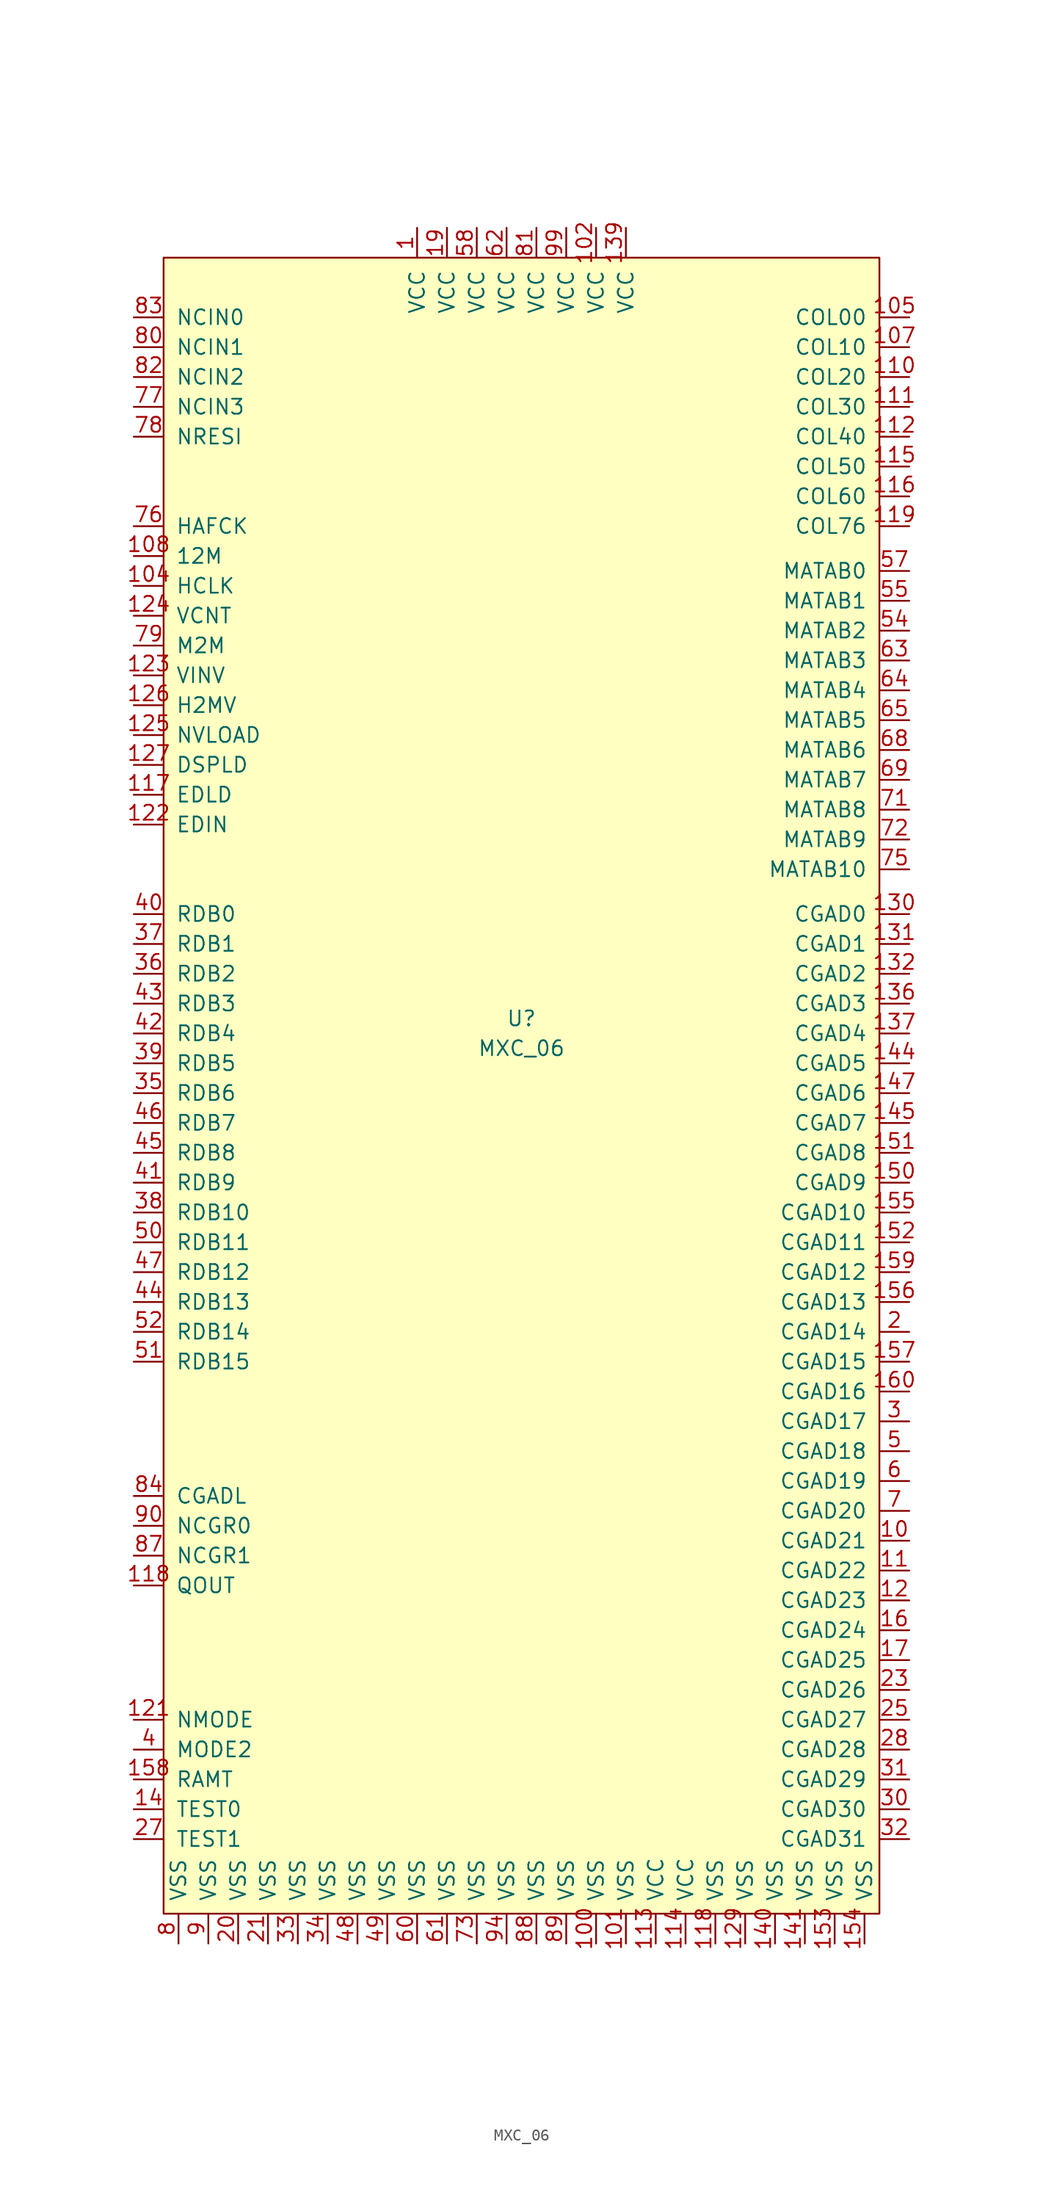
<source format=kicad_sym>
(kicad_symbol_lib
  (version 20211014)
  (generator kicad_symbol_editor)
  (symbol "MXC_06"
    (pin_names
      (offset 1.016))
    (property "Reference" "U"
      (at 0 2.54 0)
      (effects (font (size 1.27 1.27))))
    (property "Value" "MXC_06"
      (at 0 0 0)
      (effects (font (size 1.27 1.27))))
    (symbol "MXC_06_1_1"
      (rectangle (start -30.48 67.31) (end 30.48 -73.66) (stroke (width 0) (type default) (color 0 0 0 0)) (fill (type background)))
      (pin power_in line (at -8.89 69.85 270) (length 2.54) (name "VCC" (effects (font (size 1.27 1.27)))) (number "1" (effects (font (size 1.27 1.27)))))
      (pin bidirectional line (at 33.02 -41.91 180) (length 2.54) (name "CGAD21" (effects (font (size 1.27 1.27)))) (number "10" (effects (font (size 1.27 1.27)))))
      (pin power_in line (at 6.35 -76.2 90) (length 2.54) (name "VSS" (effects (font (size 1.27 1.27)))) (number "100" (effects (font (size 1.27 1.27)))))
      (pin power_in line (at 8.89 -76.2 90) (length 2.54) (name "VSS" (effects (font (size 1.27 1.27)))) (number "101" (effects (font (size 1.27 1.27)))))
      (pin power_in line (at 6.35 69.85 270) (length 2.54) (name "VCC" (effects (font (size 1.27 1.27)))) (number "102" (effects (font (size 1.27 1.27)))))
      (pin input line (at -33.02 39.37 0) (length 2.54) (name "HCLK" (effects (font (size 1.27 1.27)))) (number "104" (effects (font (size 1.27 1.27)))))
      (pin output line (at 33.02 62.23 180) (length 2.54) (name "COL00" (effects (font (size 1.27 1.27)))) (number "105" (effects (font (size 1.27 1.27)))))
      (pin output line (at 33.02 59.69 180) (length 2.54) (name "COL10" (effects (font (size 1.27 1.27)))) (number "107" (effects (font (size 1.27 1.27)))))
      (pin input line (at -33.02 41.91 0) (length 2.54) (name "12M" (effects (font (size 1.27 1.27)))) (number "108" (effects (font (size 1.27 1.27)))))
      (pin bidirectional line (at 33.02 -44.45 180) (length 2.54) (name "CGAD22" (effects (font (size 1.27 1.27)))) (number "11" (effects (font (size 1.27 1.27)))))
      (pin output line (at 33.02 57.15 180) (length 2.54) (name "COL20" (effects (font (size 1.27 1.27)))) (number "110" (effects (font (size 1.27 1.27)))))
      (pin output line (at 33.02 54.61 180) (length 2.54) (name "COL30" (effects (font (size 1.27 1.27)))) (number "111" (effects (font (size 1.27 1.27)))))
      (pin output line (at 33.02 52.07 180) (length 2.54) (name "COL40" (effects (font (size 1.27 1.27)))) (number "112" (effects (font (size 1.27 1.27)))))
      (pin power_in line (at 11.43 -76.2 90) (length 2.54) (name "VCC" (effects (font (size 1.27 1.27)))) (number "113" (effects (font (size 1.27 1.27)))))
      (pin power_in line (at 13.97 -76.2 90) (length 2.54) (name "VCC" (effects (font (size 1.27 1.27)))) (number "114" (effects (font (size 1.27 1.27)))))
      (pin output line (at 33.02 49.53 180) (length 2.54) (name "COL50" (effects (font (size 1.27 1.27)))) (number "115" (effects (font (size 1.27 1.27)))))
      (pin output line (at 33.02 46.99 180) (length 2.54) (name "COL60" (effects (font (size 1.27 1.27)))) (number "116" (effects (font (size 1.27 1.27)))))
      (pin input line (at -33.02 21.59 0) (length 2.54) (name "EDLD" (effects (font (size 1.27 1.27)))) (number "117" (effects (font (size 1.27 1.27)))))
      (pin output line (at -33.02 -45.72 0) (length 2.54) (name "QOUT" (effects (font (size 1.27 1.27)))) (number "118" (effects (font (size 1.27 1.27)))))
      (pin power_in line (at 16.51 -76.2 90) (length 2.54) (name "VSS" (effects (font (size 1.27 1.27)))) (number "118" (effects (font (size 1.27 1.27)))))
      (pin output line (at 33.02 44.45 180) (length 2.54) (name "COL76" (effects (font (size 1.27 1.27)))) (number "119" (effects (font (size 1.27 1.27)))))
      (pin bidirectional line (at 33.02 -46.99 180) (length 2.54) (name "CGAD23" (effects (font (size 1.27 1.27)))) (number "12" (effects (font (size 1.27 1.27)))))
      (pin input line (at -33.02 -57.15 0) (length 2.54) (name "NMODE" (effects (font (size 1.27 1.27)))) (number "121" (effects (font (size 1.27 1.27)))))
      (pin input line (at -33.02 19.05 0) (length 2.54) (name "EDIN" (effects (font (size 1.27 1.27)))) (number "122" (effects (font (size 1.27 1.27)))))
      (pin input line (at -33.02 31.75 0) (length 2.54) (name "VINV" (effects (font (size 1.27 1.27)))) (number "123" (effects (font (size 1.27 1.27)))))
      (pin input line (at -33.02 36.83 0) (length 2.54) (name "VCNT" (effects (font (size 1.27 1.27)))) (number "124" (effects (font (size 1.27 1.27)))))
      (pin input line (at -33.02 26.67 0) (length 2.54) (name "NVLOAD" (effects (font (size 1.27 1.27)))) (number "125" (effects (font (size 1.27 1.27)))))
      (pin input line (at -33.02 29.21 0) (length 2.54) (name "H2MV" (effects (font (size 1.27 1.27)))) (number "126" (effects (font (size 1.27 1.27)))))
      (pin input line (at -33.02 24.13 0) (length 2.54) (name "DSPLD" (effects (font (size 1.27 1.27)))) (number "127" (effects (font (size 1.27 1.27)))))
      (pin power_in line (at 19.05 -76.2 90) (length 2.54) (name "VSS" (effects (font (size 1.27 1.27)))) (number "129" (effects (font (size 1.27 1.27)))))
      (pin bidirectional line (at 33.02 11.43 180) (length 2.54) (name "CGAD0" (effects (font (size 1.27 1.27)))) (number "130" (effects (font (size 1.27 1.27)))))
      (pin bidirectional line (at 33.02 8.89 180) (length 2.54) (name "CGAD1" (effects (font (size 1.27 1.27)))) (number "131" (effects (font (size 1.27 1.27)))))
      (pin bidirectional line (at 33.02 6.35 180) (length 2.54) (name "CGAD2" (effects (font (size 1.27 1.27)))) (number "132" (effects (font (size 1.27 1.27)))))
      (pin bidirectional line (at 33.02 3.81 180) (length 2.54) (name "CGAD3" (effects (font (size 1.27 1.27)))) (number "136" (effects (font (size 1.27 1.27)))))
      (pin bidirectional line (at 33.02 1.27 180) (length 2.54) (name "CGAD4" (effects (font (size 1.27 1.27)))) (number "137" (effects (font (size 1.27 1.27)))))
      (pin power_in line (at 8.89 69.85 270) (length 2.54) (name "VCC" (effects (font (size 1.27 1.27)))) (number "139" (effects (font (size 1.27 1.27)))))
      (pin input line (at -33.02 -64.77 0) (length 2.54) (name "TEST0" (effects (font (size 1.27 1.27)))) (number "14" (effects (font (size 1.27 1.27)))))
      (pin power_in line (at 21.59 -76.2 90) (length 2.54) (name "VSS" (effects (font (size 1.27 1.27)))) (number "140" (effects (font (size 1.27 1.27)))))
      (pin power_in line (at 24.13 -76.2 90) (length 2.54) (name "VSS" (effects (font (size 1.27 1.27)))) (number "141" (effects (font (size 1.27 1.27)))))
      (pin bidirectional line (at 33.02 -1.27 180) (length 2.54) (name "CGAD5" (effects (font (size 1.27 1.27)))) (number "144" (effects (font (size 1.27 1.27)))))
      (pin bidirectional line (at 33.02 -6.35 180) (length 2.54) (name "CGAD7" (effects (font (size 1.27 1.27)))) (number "145" (effects (font (size 1.27 1.27)))))
      (pin bidirectional line (at 33.02 -3.81 180) (length 2.54) (name "CGAD6" (effects (font (size 1.27 1.27)))) (number "147" (effects (font (size 1.27 1.27)))))
      (pin bidirectional line (at 33.02 -11.43 180) (length 2.54) (name "CGAD9" (effects (font (size 1.27 1.27)))) (number "150" (effects (font (size 1.27 1.27)))))
      (pin bidirectional line (at 33.02 -8.89 180) (length 2.54) (name "CGAD8" (effects (font (size 1.27 1.27)))) (number "151" (effects (font (size 1.27 1.27)))))
      (pin bidirectional line (at 33.02 -16.51 180) (length 2.54) (name "CGAD11" (effects (font (size 1.27 1.27)))) (number "152" (effects (font (size 1.27 1.27)))))
      (pin power_in line (at 26.67 -76.2 90) (length 2.54) (name "VSS" (effects (font (size 1.27 1.27)))) (number "153" (effects (font (size 1.27 1.27)))))
      (pin power_in line (at 29.21 -76.2 90) (length 2.54) (name "VSS" (effects (font (size 1.27 1.27)))) (number "154" (effects (font (size 1.27 1.27)))))
      (pin bidirectional line (at 33.02 -13.97 180) (length 2.54) (name "CGAD10" (effects (font (size 1.27 1.27)))) (number "155" (effects (font (size 1.27 1.27)))))
      (pin bidirectional line (at 33.02 -21.59 180) (length 2.54) (name "CGAD13" (effects (font (size 1.27 1.27)))) (number "156" (effects (font (size 1.27 1.27)))))
      (pin bidirectional line (at 33.02 -26.67 180) (length 2.54) (name "CGAD15" (effects (font (size 1.27 1.27)))) (number "157" (effects (font (size 1.27 1.27)))))
      (pin input line (at -33.02 -62.23 0) (length 2.54) (name "RAMT" (effects (font (size 1.27 1.27)))) (number "158" (effects (font (size 1.27 1.27)))))
      (pin bidirectional line (at 33.02 -19.05 180) (length 2.54) (name "CGAD12" (effects (font (size 1.27 1.27)))) (number "159" (effects (font (size 1.27 1.27)))))
      (pin bidirectional line (at 33.02 -49.53 180) (length 2.54) (name "CGAD24" (effects (font (size 1.27 1.27)))) (number "16" (effects (font (size 1.27 1.27)))))
      (pin bidirectional line (at 33.02 -29.21 180) (length 2.54) (name "CGAD16" (effects (font (size 1.27 1.27)))) (number "160" (effects (font (size 1.27 1.27)))))
      (pin bidirectional line (at 33.02 -52.07 180) (length 2.54) (name "CGAD25" (effects (font (size 1.27 1.27)))) (number "17" (effects (font (size 1.27 1.27)))))
      (pin power_in line (at -6.35 69.85 270) (length 2.54) (name "VCC" (effects (font (size 1.27 1.27)))) (number "19" (effects (font (size 1.27 1.27)))))
      (pin bidirectional line (at 33.02 -24.13 180) (length 2.54) (name "CGAD14" (effects (font (size 1.27 1.27)))) (number "2" (effects (font (size 1.27 1.27)))))
      (pin power_in line (at -24.13 -76.2 90) (length 2.54) (name "VSS" (effects (font (size 1.27 1.27)))) (number "20" (effects (font (size 1.27 1.27)))))
      (pin power_in line (at -21.59 -76.2 90) (length 2.54) (name "VSS" (effects (font (size 1.27 1.27)))) (number "21" (effects (font (size 1.27 1.27)))))
      (pin bidirectional line (at 33.02 -54.61 180) (length 2.54) (name "CGAD26" (effects (font (size 1.27 1.27)))) (number "23" (effects (font (size 1.27 1.27)))))
      (pin bidirectional line (at 33.02 -57.15 180) (length 2.54) (name "CGAD27" (effects (font (size 1.27 1.27)))) (number "25" (effects (font (size 1.27 1.27)))))
      (pin input line (at -33.02 -67.31 0) (length 2.54) (name "TEST1" (effects (font (size 1.27 1.27)))) (number "27" (effects (font (size 1.27 1.27)))))
      (pin bidirectional line (at 33.02 -59.69 180) (length 2.54) (name "CGAD28" (effects (font (size 1.27 1.27)))) (number "28" (effects (font (size 1.27 1.27)))))
      (pin bidirectional line (at 33.02 -31.75 180) (length 2.54) (name "CGAD17" (effects (font (size 1.27 1.27)))) (number "3" (effects (font (size 1.27 1.27)))))
      (pin bidirectional line (at 33.02 -64.77 180) (length 2.54) (name "CGAD30" (effects (font (size 1.27 1.27)))) (number "30" (effects (font (size 1.27 1.27)))))
      (pin bidirectional line (at 33.02 -62.23 180) (length 2.54) (name "CGAD29" (effects (font (size 1.27 1.27)))) (number "31" (effects (font (size 1.27 1.27)))))
      (pin bidirectional line (at 33.02 -67.31 180) (length 2.54) (name "CGAD31" (effects (font (size 1.27 1.27)))) (number "32" (effects (font (size 1.27 1.27)))))
      (pin power_in line (at -19.05 -76.2 90) (length 2.54) (name "VSS" (effects (font (size 1.27 1.27)))) (number "33" (effects (font (size 1.27 1.27)))))
      (pin power_in line (at -16.51 -76.2 90) (length 2.54) (name "VSS" (effects (font (size 1.27 1.27)))) (number "34" (effects (font (size 1.27 1.27)))))
      (pin input line (at -33.02 -3.81 0) (length 2.54) (name "RDB6" (effects (font (size 1.27 1.27)))) (number "35" (effects (font (size 1.27 1.27)))))
      (pin input line (at -33.02 6.35 0) (length 2.54) (name "RDB2" (effects (font (size 1.27 1.27)))) (number "36" (effects (font (size 1.27 1.27)))))
      (pin input line (at -33.02 8.89 0) (length 2.54) (name "RDB1" (effects (font (size 1.27 1.27)))) (number "37" (effects (font (size 1.27 1.27)))))
      (pin input line (at -33.02 -13.97 0) (length 2.54) (name "RDB10" (effects (font (size 1.27 1.27)))) (number "38" (effects (font (size 1.27 1.27)))))
      (pin input line (at -33.02 -1.27 0) (length 2.54) (name "RDB5" (effects (font (size 1.27 1.27)))) (number "39" (effects (font (size 1.27 1.27)))))
      (pin input line (at -33.02 -59.69 0) (length 2.54) (name "MODE2" (effects (font (size 1.27 1.27)))) (number "4" (effects (font (size 1.27 1.27)))))
      (pin input line (at -33.02 11.43 0) (length 2.54) (name "RDB0" (effects (font (size 1.27 1.27)))) (number "40" (effects (font (size 1.27 1.27)))))
      (pin input line (at -33.02 -11.43 0) (length 2.54) (name "RDB9" (effects (font (size 1.27 1.27)))) (number "41" (effects (font (size 1.27 1.27)))))
      (pin input line (at -33.02 1.27 0) (length 2.54) (name "RDB4" (effects (font (size 1.27 1.27)))) (number "42" (effects (font (size 1.27 1.27)))))
      (pin input line (at -33.02 3.81 0) (length 2.54) (name "RDB3" (effects (font (size 1.27 1.27)))) (number "43" (effects (font (size 1.27 1.27)))))
      (pin input line (at -33.02 -21.59 0) (length 2.54) (name "RDB13" (effects (font (size 1.27 1.27)))) (number "44" (effects (font (size 1.27 1.27)))))
      (pin input line (at -33.02 -8.89 0) (length 2.54) (name "RDB8" (effects (font (size 1.27 1.27)))) (number "45" (effects (font (size 1.27 1.27)))))
      (pin input line (at -33.02 -6.35 0) (length 2.54) (name "RDB7" (effects (font (size 1.27 1.27)))) (number "46" (effects (font (size 1.27 1.27)))))
      (pin input line (at -33.02 -19.05 0) (length 2.54) (name "RDB12" (effects (font (size 1.27 1.27)))) (number "47" (effects (font (size 1.27 1.27)))))
      (pin power_in line (at -13.97 -76.2 90) (length 2.54) (name "VSS" (effects (font (size 1.27 1.27)))) (number "48" (effects (font (size 1.27 1.27)))))
      (pin power_in line (at -11.43 -76.2 90) (length 2.54) (name "VSS" (effects (font (size 1.27 1.27)))) (number "49" (effects (font (size 1.27 1.27)))))
      (pin bidirectional line (at 33.02 -34.29 180) (length 2.54) (name "CGAD18" (effects (font (size 1.27 1.27)))) (number "5" (effects (font (size 1.27 1.27)))))
      (pin input line (at -33.02 -16.51 0) (length 2.54) (name "RDB11" (effects (font (size 1.27 1.27)))) (number "50" (effects (font (size 1.27 1.27)))))
      (pin input line (at -33.02 -26.67 0) (length 2.54) (name "RDB15" (effects (font (size 1.27 1.27)))) (number "51" (effects (font (size 1.27 1.27)))))
      (pin input line (at -33.02 -24.13 0) (length 2.54) (name "RDB14" (effects (font (size 1.27 1.27)))) (number "52" (effects (font (size 1.27 1.27)))))
      (pin output line (at 33.02 35.56 180) (length 2.54) (name "MATAB2" (effects (font (size 1.27 1.27)))) (number "54" (effects (font (size 1.27 1.27)))))
      (pin output line (at 33.02 38.1 180) (length 2.54) (name "MATAB1" (effects (font (size 1.27 1.27)))) (number "55" (effects (font (size 1.27 1.27)))))
      (pin output line (at 33.02 40.64 180) (length 2.54) (name "MATAB0" (effects (font (size 1.27 1.27)))) (number "57" (effects (font (size 1.27 1.27)))))
      (pin power_in line (at -3.81 69.85 270) (length 2.54) (name "VCC" (effects (font (size 1.27 1.27)))) (number "58" (effects (font (size 1.27 1.27)))))
      (pin bidirectional line (at 33.02 -36.83 180) (length 2.54) (name "CGAD19" (effects (font (size 1.27 1.27)))) (number "6" (effects (font (size 1.27 1.27)))))
      (pin power_in line (at -8.89 -76.2 90) (length 2.54) (name "VSS" (effects (font (size 1.27 1.27)))) (number "60" (effects (font (size 1.27 1.27)))))
      (pin power_in line (at -6.35 -76.2 90) (length 2.54) (name "VSS" (effects (font (size 1.27 1.27)))) (number "61" (effects (font (size 1.27 1.27)))))
      (pin power_in line (at -1.27 69.85 270) (length 2.54) (name "VCC" (effects (font (size 1.27 1.27)))) (number "62" (effects (font (size 1.27 1.27)))))
      (pin output line (at 33.02 33.02 180) (length 2.54) (name "MATAB3" (effects (font (size 1.27 1.27)))) (number "63" (effects (font (size 1.27 1.27)))))
      (pin output line (at 33.02 30.48 180) (length 2.54) (name "MATAB4" (effects (font (size 1.27 1.27)))) (number "64" (effects (font (size 1.27 1.27)))))
      (pin output line (at 33.02 27.94 180) (length 2.54) (name "MATAB5" (effects (font (size 1.27 1.27)))) (number "65" (effects (font (size 1.27 1.27)))))
      (pin output line (at 33.02 25.4 180) (length 2.54) (name "MATAB6" (effects (font (size 1.27 1.27)))) (number "68" (effects (font (size 1.27 1.27)))))
      (pin output line (at 33.02 22.86 180) (length 2.54) (name "MATAB7" (effects (font (size 1.27 1.27)))) (number "69" (effects (font (size 1.27 1.27)))))
      (pin bidirectional line (at 33.02 -39.37 180) (length 2.54) (name "CGAD20" (effects (font (size 1.27 1.27)))) (number "7" (effects (font (size 1.27 1.27)))))
      (pin output line (at 33.02 20.32 180) (length 2.54) (name "MATAB8" (effects (font (size 1.27 1.27)))) (number "71" (effects (font (size 1.27 1.27)))))
      (pin output line (at 33.02 17.78 180) (length 2.54) (name "MATAB9" (effects (font (size 1.27 1.27)))) (number "72" (effects (font (size 1.27 1.27)))))
      (pin power_in line (at -3.81 -76.2 90) (length 2.54) (name "VSS" (effects (font (size 1.27 1.27)))) (number "73" (effects (font (size 1.27 1.27)))))
      (pin output line (at 33.02 15.24 180) (length 2.54) (name "MATAB10" (effects (font (size 1.27 1.27)))) (number "75" (effects (font (size 1.27 1.27)))))
      (pin input line (at -33.02 44.45 0) (length 2.54) (name "HAFCK" (effects (font (size 1.27 1.27)))) (number "76" (effects (font (size 1.27 1.27)))))
      (pin input line (at -33.02 54.61 0) (length 2.54) (name "NCIN3" (effects (font (size 1.27 1.27)))) (number "77" (effects (font (size 1.27 1.27)))))
      (pin input line (at -33.02 52.07 0) (length 2.54) (name "NRESI" (effects (font (size 1.27 1.27)))) (number "78" (effects (font (size 1.27 1.27)))))
      (pin input line (at -33.02 34.29 0) (length 2.54) (name "M2M" (effects (font (size 1.27 1.27)))) (number "79" (effects (font (size 1.27 1.27)))))
      (pin power_in line (at -29.21 -76.2 90) (length 2.54) (name "VSS" (effects (font (size 1.27 1.27)))) (number "8" (effects (font (size 1.27 1.27)))))
      (pin input line (at -33.02 59.69 0) (length 2.54) (name "NCIN1" (effects (font (size 1.27 1.27)))) (number "80" (effects (font (size 1.27 1.27)))))
      (pin power_in line (at 1.27 69.85 270) (length 2.54) (name "VCC" (effects (font (size 1.27 1.27)))) (number "81" (effects (font (size 1.27 1.27)))))
      (pin input line (at -33.02 57.15 0) (length 2.54) (name "NCIN2" (effects (font (size 1.27 1.27)))) (number "82" (effects (font (size 1.27 1.27)))))
      (pin input line (at -33.02 62.23 0) (length 2.54) (name "NCIN0" (effects (font (size 1.27 1.27)))) (number "83" (effects (font (size 1.27 1.27)))))
      (pin output line (at -33.02 -38.1 0) (length 2.54) (name "CGADL" (effects (font (size 1.27 1.27)))) (number "84" (effects (font (size 1.27 1.27)))))
      (pin output line (at -33.02 -43.18 0) (length 2.54) (name "NCGR1" (effects (font (size 1.27 1.27)))) (number "87" (effects (font (size 1.27 1.27)))))
      (pin power_in line (at 1.27 -76.2 90) (length 2.54) (name "VSS" (effects (font (size 1.27 1.27)))) (number "88" (effects (font (size 1.27 1.27)))))
      (pin power_in line (at 3.81 -76.2 90) (length 2.54) (name "VSS" (effects (font (size 1.27 1.27)))) (number "89" (effects (font (size 1.27 1.27)))))
      (pin power_in line (at -26.67 -76.2 90) (length 2.54) (name "VSS" (effects (font (size 1.27 1.27)))) (number "9" (effects (font (size 1.27 1.27)))))
      (pin output line (at -33.02 -40.64 0) (length 2.54) (name "NCGR0" (effects (font (size 1.27 1.27)))) (number "90" (effects (font (size 1.27 1.27)))))
      (pin power_in line (at -1.27 -76.2 90) (length 2.54) (name "VSS" (effects (font (size 1.27 1.27)))) (number "94" (effects (font (size 1.27 1.27)))))
      (pin power_in line (at 3.81 69.85 270) (length 2.54) (name "VCC" (effects (font (size 1.27 1.27)))) (number "99" (effects (font (size 1.27 1.27))))))))
</source>
